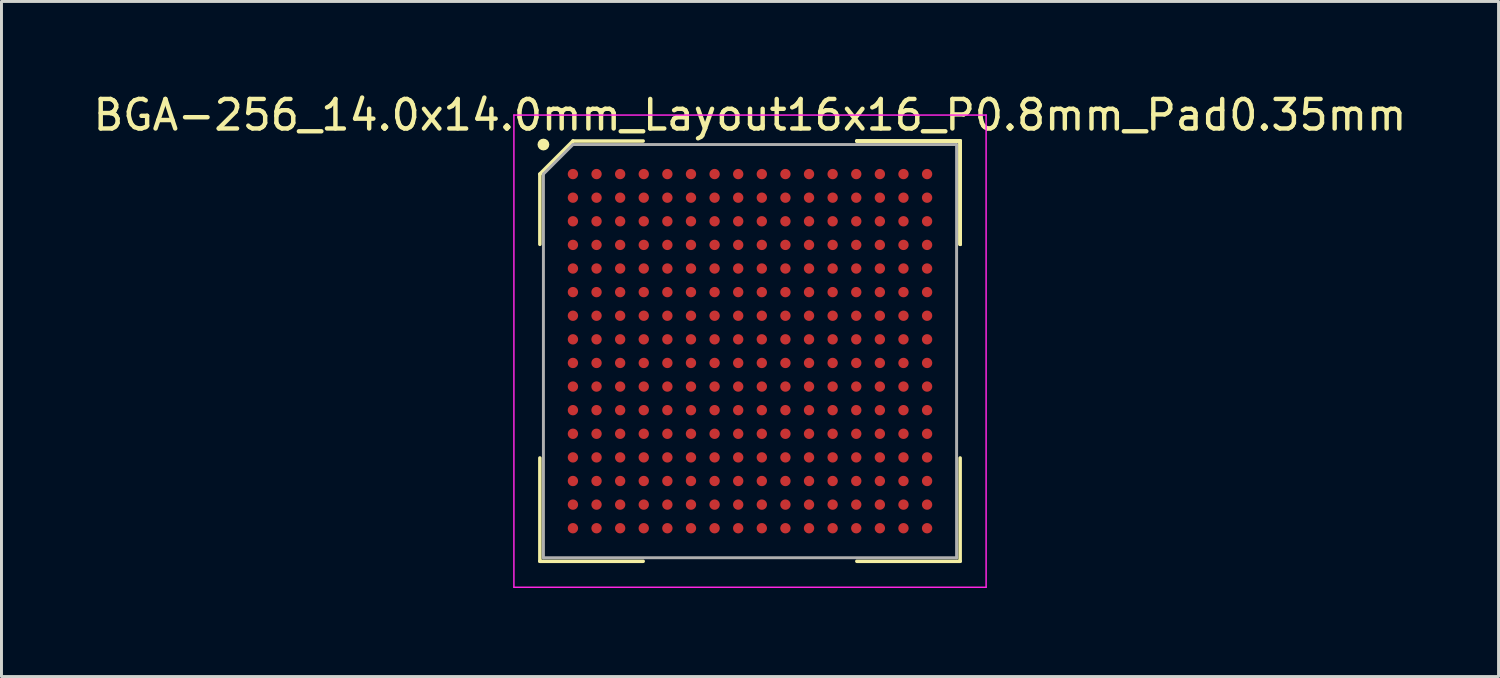
<source format=kicad_pcb>
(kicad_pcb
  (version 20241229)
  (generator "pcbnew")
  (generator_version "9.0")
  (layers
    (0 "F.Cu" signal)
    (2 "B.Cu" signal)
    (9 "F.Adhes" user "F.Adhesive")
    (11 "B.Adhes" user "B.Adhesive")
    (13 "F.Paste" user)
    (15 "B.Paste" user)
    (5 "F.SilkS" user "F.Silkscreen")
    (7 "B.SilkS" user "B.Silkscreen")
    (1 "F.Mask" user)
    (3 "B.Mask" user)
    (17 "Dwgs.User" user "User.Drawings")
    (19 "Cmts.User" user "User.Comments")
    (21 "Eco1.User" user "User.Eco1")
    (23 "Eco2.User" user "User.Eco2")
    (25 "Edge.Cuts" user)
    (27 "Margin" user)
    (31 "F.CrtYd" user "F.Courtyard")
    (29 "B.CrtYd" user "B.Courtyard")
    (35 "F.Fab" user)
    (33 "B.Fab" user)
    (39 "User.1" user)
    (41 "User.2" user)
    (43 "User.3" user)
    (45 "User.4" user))
  (footprint "BGA-256_14.0x14.0mm_Layout16x16_P0.8mm_Pad0.35mm"
    (layer "F.Cu")
    (at 22.363 8.848)
    (property "Reference" "BGA-256_14.0x14.0mm_Layout16x16_P0.8mm_Pad0.35mm" (at 0 -8 0) (layer "F.SilkS") (effects (font (size 1 1) (thickness 0.15))))
    (attr smd)
    (fp_line (start -7.12 -6) (end -7.12 -3.62) (stroke (width 0.12) (type solid)) (layer "F.SilkS"))
    (fp_line (start -7.12 7.12) (end -7.12 3.62) (stroke (width 0.12) (type solid)) (layer "F.SilkS"))
    (fp_line (start -6 -7.12) (end -7.12 -6) (stroke (width 0.12) (type solid)) (layer "F.SilkS"))
    (fp_line (start -3.62 -7.12) (end -6 -7.12) (stroke (width 0.12) (type solid)) (layer "F.SilkS"))
    (fp_line (start -3.62 7.12) (end -7.12 7.12) (stroke (width 0.12) (type solid)) (layer "F.SilkS"))
    (fp_line (start 3.62 -7.12) (end 7.12 -7.12) (stroke (width 0.12) (type solid)) (layer "F.SilkS"))
    (fp_line (start 3.62 -7.12) (end 7.12 -7.12) (stroke (width 0.12) (type solid)) (layer "F.SilkS"))
    (fp_line (start 3.62 -7.12) (end 7.12 -7.12) (stroke (width 0.12) (type solid)) (layer "F.SilkS"))
    (fp_line (start 3.62 7.12) (end 7.12 7.12) (stroke (width 0.12) (type solid)) (layer "F.SilkS"))
    (fp_line (start 7.12 -7.12) (end 7.12 -3.62) (stroke (width 0.12) (type solid)) (layer "F.SilkS"))
    (fp_line (start 7.12 -7.12) (end 7.12 -3.62) (stroke (width 0.12) (type solid)) (layer "F.SilkS"))
    (fp_line (start 7.12 -7.12) (end 7.12 -3.62) (stroke (width 0.12) (type solid)) (layer "F.SilkS"))
    (fp_line (start 7.12 7.12) (end 7.12 3.62) (stroke (width 0.12) (type solid)) (layer "F.SilkS"))
    (fp_circle (center -7 -7) (end -7 -6.9) (stroke (width 0.2) (type solid)) (fill no) (layer "F.SilkS"))
    (fp_line (start -8 -8) (end 8 -8) (stroke (width 0.05) (type solid)) (layer "F.CrtYd"))
    (fp_line (start -8 8) (end -8 -8) (stroke (width 0.05) (type solid)) (layer "F.CrtYd"))
    (fp_line (start 8 -8) (end 8 8) (stroke (width 0.05) (type solid)) (layer "F.CrtYd"))
    (fp_line (start 8 8) (end -8 8) (stroke (width 0.05) (type solid)) (layer "F.CrtYd"))
    (fp_line (start -7 -6) (end -7 7) (stroke (width 0.1) (type solid)) (layer "F.Fab"))
    (fp_line (start -7 7) (end 7 7) (stroke (width 0.1) (type solid)) (layer "F.Fab"))
    (fp_line (start -6 -7) (end -7 -6) (stroke (width 0.1) (type solid)) (layer "F.Fab"))
    (fp_line (start 7 -7) (end -6 -7) (stroke (width 0.1) (type solid)) (layer "F.Fab"))
    (fp_line (start 7 7) (end 7 -7) (stroke (width 0.1) (type solid)) (layer "F.Fab"))
    (pad "A1" smd circle (at -6 -6) (size 0.35 0.35) (layers "F.Cu" "F.Mask" "F.Paste"))
    (pad "A2" smd circle (at -5.2 -6) (size 0.35 0.35) (layers "F.Cu" "F.Mask" "F.Paste"))
    (pad "A3" smd circle (at -4.4 -6) (size 0.35 0.35) (layers "F.Cu" "F.Mask" "F.Paste"))
    (pad "A4" smd circle (at -3.6 -6) (size 0.35 0.35) (layers "F.Cu" "F.Mask" "F.Paste"))
    (pad "A5" smd circle (at -2.8 -6) (size 0.35 0.35) (layers "F.Cu" "F.Mask" "F.Paste"))
    (pad "A6" smd circle (at -2 -6) (size 0.35 0.35) (layers "F.Cu" "F.Mask" "F.Paste"))
    (pad "A7" smd circle (at -1.2 -6) (size 0.35 0.35) (layers "F.Cu" "F.Mask" "F.Paste"))
    (pad "A8" smd circle (at -0.4 -6) (size 0.35 0.35) (layers "F.Cu" "F.Mask" "F.Paste"))
    (pad "A9" smd circle (at 0.4 -6) (size 0.35 0.35) (layers "F.Cu" "F.Mask" "F.Paste"))
    (pad "A10" smd circle (at 1.2 -6) (size 0.35 0.35) (layers "F.Cu" "F.Mask" "F.Paste"))
    (pad "A11" smd circle (at 2 -6) (size 0.35 0.35) (layers "F.Cu" "F.Mask" "F.Paste"))
    (pad "A12" smd circle (at 2.8 -6) (size 0.35 0.35) (layers "F.Cu" "F.Mask" "F.Paste"))
    (pad "A13" smd circle (at 3.6 -6) (size 0.35 0.35) (layers "F.Cu" "F.Mask" "F.Paste"))
    (pad "A14" smd circle (at 4.4 -6) (size 0.35 0.35) (layers "F.Cu" "F.Mask" "F.Paste"))
    (pad "A15" smd circle (at 5.2 -6) (size 0.35 0.35) (layers "F.Cu" "F.Mask" "F.Paste"))
    (pad "A16" smd circle (at 6 -6) (size 0.35 0.35) (layers "F.Cu" "F.Mask" "F.Paste"))
    (pad "B1" smd circle (at -6 -5.2) (size 0.35 0.35) (layers "F.Cu" "F.Mask" "F.Paste"))
    (pad "B2" smd circle (at -5.2 -5.2) (size 0.35 0.35) (layers "F.Cu" "F.Mask" "F.Paste"))
    (pad "B3" smd circle (at -4.4 -5.2) (size 0.35 0.35) (layers "F.Cu" "F.Mask" "F.Paste"))
    (pad "B4" smd circle (at -3.6 -5.2) (size 0.35 0.35) (layers "F.Cu" "F.Mask" "F.Paste"))
    (pad "B5" smd circle (at -2.8 -5.2) (size 0.35 0.35) (layers "F.Cu" "F.Mask" "F.Paste"))
    (pad "B6" smd circle (at -2 -5.2) (size 0.35 0.35) (layers "F.Cu" "F.Mask" "F.Paste"))
    (pad "B7" smd circle (at -1.2 -5.2) (size 0.35 0.35) (layers "F.Cu" "F.Mask" "F.Paste"))
    (pad "B8" smd circle (at -0.4 -5.2) (size 0.35 0.35) (layers "F.Cu" "F.Mask" "F.Paste"))
    (pad "B9" smd circle (at 0.4 -5.2) (size 0.35 0.35) (layers "F.Cu" "F.Mask" "F.Paste"))
    (pad "B10" smd circle (at 1.2 -5.2) (size 0.35 0.35) (layers "F.Cu" "F.Mask" "F.Paste"))
    (pad "B11" smd circle (at 2 -5.2) (size 0.35 0.35) (layers "F.Cu" "F.Mask" "F.Paste"))
    (pad "B12" smd circle (at 2.8 -5.2) (size 0.35 0.35) (layers "F.Cu" "F.Mask" "F.Paste"))
    (pad "B13" smd circle (at 3.6 -5.2) (size 0.35 0.35) (layers "F.Cu" "F.Mask" "F.Paste"))
    (pad "B14" smd circle (at 4.4 -5.2) (size 0.35 0.35) (layers "F.Cu" "F.Mask" "F.Paste"))
    (pad "B15" smd circle (at 5.2 -5.2) (size 0.35 0.35) (layers "F.Cu" "F.Mask" "F.Paste"))
    (pad "B16" smd circle (at 6 -5.2) (size 0.35 0.35) (layers "F.Cu" "F.Mask" "F.Paste"))
    (pad "C1" smd circle (at -6 -4.4) (size 0.35 0.35) (layers "F.Cu" "F.Mask" "F.Paste"))
    (pad "C2" smd circle (at -5.2 -4.4) (size 0.35 0.35) (layers "F.Cu" "F.Mask" "F.Paste"))
    (pad "C3" smd circle (at -4.4 -4.4) (size 0.35 0.35) (layers "F.Cu" "F.Mask" "F.Paste"))
    (pad "C4" smd circle (at -3.6 -4.4) (size 0.35 0.35) (layers "F.Cu" "F.Mask" "F.Paste"))
    (pad "C5" smd circle (at -2.8 -4.4) (size 0.35 0.35) (layers "F.Cu" "F.Mask" "F.Paste"))
    (pad "C6" smd circle (at -2 -4.4) (size 0.35 0.35) (layers "F.Cu" "F.Mask" "F.Paste"))
    (pad "C7" smd circle (at -1.2 -4.4) (size 0.35 0.35) (layers "F.Cu" "F.Mask" "F.Paste"))
    (pad "C8" smd circle (at -0.4 -4.4) (size 0.35 0.35) (layers "F.Cu" "F.Mask" "F.Paste"))
    (pad "C9" smd circle (at 0.4 -4.4) (size 0.35 0.35) (layers "F.Cu" "F.Mask" "F.Paste"))
    (pad "C10" smd circle (at 1.2 -4.4) (size 0.35 0.35) (layers "F.Cu" "F.Mask" "F.Paste"))
    (pad "C11" smd circle (at 2 -4.4) (size 0.35 0.35) (layers "F.Cu" "F.Mask" "F.Paste"))
    (pad "C12" smd circle (at 2.8 -4.4) (size 0.35 0.35) (layers "F.Cu" "F.Mask" "F.Paste"))
    (pad "C13" smd circle (at 3.6 -4.4) (size 0.35 0.35) (layers "F.Cu" "F.Mask" "F.Paste"))
    (pad "C14" smd circle (at 4.4 -4.4) (size 0.35 0.35) (layers "F.Cu" "F.Mask" "F.Paste"))
    (pad "C15" smd circle (at 5.2 -4.4) (size 0.35 0.35) (layers "F.Cu" "F.Mask" "F.Paste"))
    (pad "C16" smd circle (at 6 -4.4) (size 0.35 0.35) (layers "F.Cu" "F.Mask" "F.Paste"))
    (pad "D1" smd circle (at -6 -3.6) (size 0.35 0.35) (layers "F.Cu" "F.Mask" "F.Paste"))
    (pad "D2" smd circle (at -5.2 -3.6) (size 0.35 0.35) (layers "F.Cu" "F.Mask" "F.Paste"))
    (pad "D3" smd circle (at -4.4 -3.6) (size 0.35 0.35) (layers "F.Cu" "F.Mask" "F.Paste"))
    (pad "D4" smd circle (at -3.6 -3.6) (size 0.35 0.35) (layers "F.Cu" "F.Mask" "F.Paste"))
    (pad "D5" smd circle (at -2.8 -3.6) (size 0.35 0.35) (layers "F.Cu" "F.Mask" "F.Paste"))
    (pad "D6" smd circle (at -2 -3.6) (size 0.35 0.35) (layers "F.Cu" "F.Mask" "F.Paste"))
    (pad "D7" smd circle (at -1.2 -3.6) (size 0.35 0.35) (layers "F.Cu" "F.Mask" "F.Paste"))
    (pad "D8" smd circle (at -0.4 -3.6) (size 0.35 0.35) (layers "F.Cu" "F.Mask" "F.Paste"))
    (pad "D9" smd circle (at 0.4 -3.6) (size 0.35 0.35) (layers "F.Cu" "F.Mask" "F.Paste"))
    (pad "D10" smd circle (at 1.2 -3.6) (size 0.35 0.35) (layers "F.Cu" "F.Mask" "F.Paste"))
    (pad "D11" smd circle (at 2 -3.6) (size 0.35 0.35) (layers "F.Cu" "F.Mask" "F.Paste"))
    (pad "D12" smd circle (at 2.8 -3.6) (size 0.35 0.35) (layers "F.Cu" "F.Mask" "F.Paste"))
    (pad "D13" smd circle (at 3.6 -3.6) (size 0.35 0.35) (layers "F.Cu" "F.Mask" "F.Paste"))
    (pad "D14" smd circle (at 4.4 -3.6) (size 0.35 0.35) (layers "F.Cu" "F.Mask" "F.Paste"))
    (pad "D15" smd circle (at 5.2 -3.6) (size 0.35 0.35) (layers "F.Cu" "F.Mask" "F.Paste"))
    (pad "D16" smd circle (at 6 -3.6) (size 0.35 0.35) (layers "F.Cu" "F.Mask" "F.Paste"))
    (pad "E1" smd circle (at -6 -2.8) (size 0.35 0.35) (layers "F.Cu" "F.Mask" "F.Paste"))
    (pad "E2" smd circle (at -5.2 -2.8) (size 0.35 0.35) (layers "F.Cu" "F.Mask" "F.Paste"))
    (pad "E3" smd circle (at -4.4 -2.8) (size 0.35 0.35) (layers "F.Cu" "F.Mask" "F.Paste"))
    (pad "E4" smd circle (at -3.6 -2.8) (size 0.35 0.35) (layers "F.Cu" "F.Mask" "F.Paste"))
    (pad "E5" smd circle (at -2.8 -2.8) (size 0.35 0.35) (layers "F.Cu" "F.Mask" "F.Paste"))
    (pad "E6" smd circle (at -2 -2.8) (size 0.35 0.35) (layers "F.Cu" "F.Mask" "F.Paste"))
    (pad "E7" smd circle (at -1.2 -2.8) (size 0.35 0.35) (layers "F.Cu" "F.Mask" "F.Paste"))
    (pad "E8" smd circle (at -0.4 -2.8) (size 0.35 0.35) (layers "F.Cu" "F.Mask" "F.Paste"))
    (pad "E9" smd circle (at 0.4 -2.8) (size 0.35 0.35) (layers "F.Cu" "F.Mask" "F.Paste"))
    (pad "E10" smd circle (at 1.2 -2.8) (size 0.35 0.35) (layers "F.Cu" "F.Mask" "F.Paste"))
    (pad "E11" smd circle (at 2 -2.8) (size 0.35 0.35) (layers "F.Cu" "F.Mask" "F.Paste"))
    (pad "E12" smd circle (at 2.8 -2.8) (size 0.35 0.35) (layers "F.Cu" "F.Mask" "F.Paste"))
    (pad "E13" smd circle (at 3.6 -2.8) (size 0.35 0.35) (layers "F.Cu" "F.Mask" "F.Paste"))
    (pad "E14" smd circle (at 4.4 -2.8) (size 0.35 0.35) (layers "F.Cu" "F.Mask" "F.Paste"))
    (pad "E15" smd circle (at 5.2 -2.8) (size 0.35 0.35) (layers "F.Cu" "F.Mask" "F.Paste"))
    (pad "E16" smd circle (at 6 -2.8) (size 0.35 0.35) (layers "F.Cu" "F.Mask" "F.Paste"))
    (pad "F1" smd circle (at -6 -2) (size 0.35 0.35) (layers "F.Cu" "F.Mask" "F.Paste"))
    (pad "F2" smd circle (at -5.2 -2) (size 0.35 0.35) (layers "F.Cu" "F.Mask" "F.Paste"))
    (pad "F3" smd circle (at -4.4 -2) (size 0.35 0.35) (layers "F.Cu" "F.Mask" "F.Paste"))
    (pad "F4" smd circle (at -3.6 -2) (size 0.35 0.35) (layers "F.Cu" "F.Mask" "F.Paste"))
    (pad "F5" smd circle (at -2.8 -2) (size 0.35 0.35) (layers "F.Cu" "F.Mask" "F.Paste"))
    (pad "F6" smd circle (at -2 -2) (size 0.35 0.35) (layers "F.Cu" "F.Mask" "F.Paste"))
    (pad "F7" smd circle (at -1.2 -2) (size 0.35 0.35) (layers "F.Cu" "F.Mask" "F.Paste"))
    (pad "F8" smd circle (at -0.4 -2) (size 0.35 0.35) (layers "F.Cu" "F.Mask" "F.Paste"))
    (pad "F9" smd circle (at 0.4 -2) (size 0.35 0.35) (layers "F.Cu" "F.Mask" "F.Paste"))
    (pad "F10" smd circle (at 1.2 -2) (size 0.35 0.35) (layers "F.Cu" "F.Mask" "F.Paste"))
    (pad "F11" smd circle (at 2 -2) (size 0.35 0.35) (layers "F.Cu" "F.Mask" "F.Paste"))
    (pad "F12" smd circle (at 2.8 -2) (size 0.35 0.35) (layers "F.Cu" "F.Mask" "F.Paste"))
    (pad "F13" smd circle (at 3.6 -2) (size 0.35 0.35) (layers "F.Cu" "F.Mask" "F.Paste"))
    (pad "F14" smd circle (at 4.4 -2) (size 0.35 0.35) (layers "F.Cu" "F.Mask" "F.Paste"))
    (pad "F15" smd circle (at 5.2 -2) (size 0.35 0.35) (layers "F.Cu" "F.Mask" "F.Paste"))
    (pad "F16" smd circle (at 6 -2) (size 0.35 0.35) (layers "F.Cu" "F.Mask" "F.Paste"))
    (pad "G1" smd circle (at -6 -1.2) (size 0.35 0.35) (layers "F.Cu" "F.Mask" "F.Paste"))
    (pad "G2" smd circle (at -5.2 -1.2) (size 0.35 0.35) (layers "F.Cu" "F.Mask" "F.Paste"))
    (pad "G3" smd circle (at -4.4 -1.2) (size 0.35 0.35) (layers "F.Cu" "F.Mask" "F.Paste"))
    (pad "G4" smd circle (at -3.6 -1.2) (size 0.35 0.35) (layers "F.Cu" "F.Mask" "F.Paste"))
    (pad "G5" smd circle (at -2.8 -1.2) (size 0.35 0.35) (layers "F.Cu" "F.Mask" "F.Paste"))
    (pad "G6" smd circle (at -2 -1.2) (size 0.35 0.35) (layers "F.Cu" "F.Mask" "F.Paste"))
    (pad "G7" smd circle (at -1.2 -1.2) (size 0.35 0.35) (layers "F.Cu" "F.Mask" "F.Paste"))
    (pad "G8" smd circle (at -0.4 -1.2) (size 0.35 0.35) (layers "F.Cu" "F.Mask" "F.Paste"))
    (pad "G9" smd circle (at 0.4 -1.2) (size 0.35 0.35) (layers "F.Cu" "F.Mask" "F.Paste"))
    (pad "G10" smd circle (at 1.2 -1.2) (size 0.35 0.35) (layers "F.Cu" "F.Mask" "F.Paste"))
    (pad "G11" smd circle (at 2 -1.2) (size 0.35 0.35) (layers "F.Cu" "F.Mask" "F.Paste"))
    (pad "G12" smd circle (at 2.8 -1.2) (size 0.35 0.35) (layers "F.Cu" "F.Mask" "F.Paste"))
    (pad "G13" smd circle (at 3.6 -1.2) (size 0.35 0.35) (layers "F.Cu" "F.Mask" "F.Paste"))
    (pad "G14" smd circle (at 4.4 -1.2) (size 0.35 0.35) (layers "F.Cu" "F.Mask" "F.Paste"))
    (pad "G15" smd circle (at 5.2 -1.2) (size 0.35 0.35) (layers "F.Cu" "F.Mask" "F.Paste"))
    (pad "G16" smd circle (at 6 -1.2) (size 0.35 0.35) (layers "F.Cu" "F.Mask" "F.Paste"))
    (pad "H1" smd circle (at -6 -0.4) (size 0.35 0.35) (layers "F.Cu" "F.Mask" "F.Paste"))
    (pad "H2" smd circle (at -5.2 -0.4) (size 0.35 0.35) (layers "F.Cu" "F.Mask" "F.Paste"))
    (pad "H3" smd circle (at -4.4 -0.4) (size 0.35 0.35) (layers "F.Cu" "F.Mask" "F.Paste"))
    (pad "H4" smd circle (at -3.6 -0.4) (size 0.35 0.35) (layers "F.Cu" "F.Mask" "F.Paste"))
    (pad "H5" smd circle (at -2.8 -0.4) (size 0.35 0.35) (layers "F.Cu" "F.Mask" "F.Paste"))
    (pad "H6" smd circle (at -2 -0.4) (size 0.35 0.35) (layers "F.Cu" "F.Mask" "F.Paste"))
    (pad "H7" smd circle (at -1.2 -0.4) (size 0.35 0.35) (layers "F.Cu" "F.Mask" "F.Paste"))
    (pad "H8" smd circle (at -0.4 -0.4) (size 0.35 0.35) (layers "F.Cu" "F.Mask" "F.Paste"))
    (pad "H9" smd circle (at 0.4 -0.4) (size 0.35 0.35) (layers "F.Cu" "F.Mask" "F.Paste"))
    (pad "H10" smd circle (at 1.2 -0.4) (size 0.35 0.35) (layers "F.Cu" "F.Mask" "F.Paste"))
    (pad "H11" smd circle (at 2 -0.4) (size 0.35 0.35) (layers "F.Cu" "F.Mask" "F.Paste"))
    (pad "H12" smd circle (at 2.8 -0.4) (size 0.35 0.35) (layers "F.Cu" "F.Mask" "F.Paste"))
    (pad "H13" smd circle (at 3.6 -0.4) (size 0.35 0.35) (layers "F.Cu" "F.Mask" "F.Paste"))
    (pad "H14" smd circle (at 4.4 -0.4) (size 0.35 0.35) (layers "F.Cu" "F.Mask" "F.Paste"))
    (pad "H15" smd circle (at 5.2 -0.4) (size 0.35 0.35) (layers "F.Cu" "F.Mask" "F.Paste"))
    (pad "H16" smd circle (at 6 -0.4) (size 0.35 0.35) (layers "F.Cu" "F.Mask" "F.Paste"))
    (pad "J1" smd circle (at -6 0.4) (size 0.35 0.35) (layers "F.Cu" "F.Mask" "F.Paste"))
    (pad "J2" smd circle (at -5.2 0.4) (size 0.35 0.35) (layers "F.Cu" "F.Mask" "F.Paste"))
    (pad "J3" smd circle (at -4.4 0.4) (size 0.35 0.35) (layers "F.Cu" "F.Mask" "F.Paste"))
    (pad "J4" smd circle (at -3.6 0.4) (size 0.35 0.35) (layers "F.Cu" "F.Mask" "F.Paste"))
    (pad "J5" smd circle (at -2.8 0.4) (size 0.35 0.35) (layers "F.Cu" "F.Mask" "F.Paste"))
    (pad "J6" smd circle (at -2 0.4) (size 0.35 0.35) (layers "F.Cu" "F.Mask" "F.Paste"))
    (pad "J7" smd circle (at -1.2 0.4) (size 0.35 0.35) (layers "F.Cu" "F.Mask" "F.Paste"))
    (pad "J8" smd circle (at -0.4 0.4) (size 0.35 0.35) (layers "F.Cu" "F.Mask" "F.Paste"))
    (pad "J9" smd circle (at 0.4 0.4) (size 0.35 0.35) (layers "F.Cu" "F.Mask" "F.Paste"))
    (pad "J10" smd circle (at 1.2 0.4) (size 0.35 0.35) (layers "F.Cu" "F.Mask" "F.Paste"))
    (pad "J11" smd circle (at 2 0.4) (size 0.35 0.35) (layers "F.Cu" "F.Mask" "F.Paste"))
    (pad "J12" smd circle (at 2.8 0.4) (size 0.35 0.35) (layers "F.Cu" "F.Mask" "F.Paste"))
    (pad "J13" smd circle (at 3.6 0.4) (size 0.35 0.35) (layers "F.Cu" "F.Mask" "F.Paste"))
    (pad "J14" smd circle (at 4.4 0.4) (size 0.35 0.35) (layers "F.Cu" "F.Mask" "F.Paste"))
    (pad "J15" smd circle (at 5.2 0.4) (size 0.35 0.35) (layers "F.Cu" "F.Mask" "F.Paste"))
    (pad "J16" smd circle (at 6 0.4) (size 0.35 0.35) (layers "F.Cu" "F.Mask" "F.Paste"))
    (pad "K1" smd circle (at -6 1.2) (size 0.35 0.35) (layers "F.Cu" "F.Mask" "F.Paste"))
    (pad "K2" smd circle (at -5.2 1.2) (size 0.35 0.35) (layers "F.Cu" "F.Mask" "F.Paste"))
    (pad "K3" smd circle (at -4.4 1.2) (size 0.35 0.35) (layers "F.Cu" "F.Mask" "F.Paste"))
    (pad "K4" smd circle (at -3.6 1.2) (size 0.35 0.35) (layers "F.Cu" "F.Mask" "F.Paste"))
    (pad "K5" smd circle (at -2.8 1.2) (size 0.35 0.35) (layers "F.Cu" "F.Mask" "F.Paste"))
    (pad "K6" smd circle (at -2 1.2) (size 0.35 0.35) (layers "F.Cu" "F.Mask" "F.Paste"))
    (pad "K7" smd circle (at -1.2 1.2) (size 0.35 0.35) (layers "F.Cu" "F.Mask" "F.Paste"))
    (pad "K8" smd circle (at -0.4 1.2) (size 0.35 0.35) (layers "F.Cu" "F.Mask" "F.Paste"))
    (pad "K9" smd circle (at 0.4 1.2) (size 0.35 0.35) (layers "F.Cu" "F.Mask" "F.Paste"))
    (pad "K10" smd circle (at 1.2 1.2) (size 0.35 0.35) (layers "F.Cu" "F.Mask" "F.Paste"))
    (pad "K11" smd circle (at 2 1.2) (size 0.35 0.35) (layers "F.Cu" "F.Mask" "F.Paste"))
    (pad "K12" smd circle (at 2.8 1.2) (size 0.35 0.35) (layers "F.Cu" "F.Mask" "F.Paste"))
    (pad "K13" smd circle (at 3.6 1.2) (size 0.35 0.35) (layers "F.Cu" "F.Mask" "F.Paste"))
    (pad "K14" smd circle (at 4.4 1.2) (size 0.35 0.35) (layers "F.Cu" "F.Mask" "F.Paste"))
    (pad "K15" smd circle (at 5.2 1.2) (size 0.35 0.35) (layers "F.Cu" "F.Mask" "F.Paste"))
    (pad "K16" smd circle (at 6 1.2) (size 0.35 0.35) (layers "F.Cu" "F.Mask" "F.Paste"))
    (pad "L1" smd circle (at -6 2) (size 0.35 0.35) (layers "F.Cu" "F.Mask" "F.Paste"))
    (pad "L2" smd circle (at -5.2 2) (size 0.35 0.35) (layers "F.Cu" "F.Mask" "F.Paste"))
    (pad "L3" smd circle (at -4.4 2) (size 0.35 0.35) (layers "F.Cu" "F.Mask" "F.Paste"))
    (pad "L4" smd circle (at -3.6 2) (size 0.35 0.35) (layers "F.Cu" "F.Mask" "F.Paste"))
    (pad "L5" smd circle (at -2.8 2) (size 0.35 0.35) (layers "F.Cu" "F.Mask" "F.Paste"))
    (pad "L6" smd circle (at -2 2) (size 0.35 0.35) (layers "F.Cu" "F.Mask" "F.Paste"))
    (pad "L7" smd circle (at -1.2 2) (size 0.35 0.35) (layers "F.Cu" "F.Mask" "F.Paste"))
    (pad "L8" smd circle (at -0.4 2) (size 0.35 0.35) (layers "F.Cu" "F.Mask" "F.Paste"))
    (pad "L9" smd circle (at 0.4 2) (size 0.35 0.35) (layers "F.Cu" "F.Mask" "F.Paste"))
    (pad "L10" smd circle (at 1.2 2) (size 0.35 0.35) (layers "F.Cu" "F.Mask" "F.Paste"))
    (pad "L11" smd circle (at 2 2) (size 0.35 0.35) (layers "F.Cu" "F.Mask" "F.Paste"))
    (pad "L12" smd circle (at 2.8 2) (size 0.35 0.35) (layers "F.Cu" "F.Mask" "F.Paste"))
    (pad "L13" smd circle (at 3.6 2) (size 0.35 0.35) (layers "F.Cu" "F.Mask" "F.Paste"))
    (pad "L14" smd circle (at 4.4 2) (size 0.35 0.35) (layers "F.Cu" "F.Mask" "F.Paste"))
    (pad "L15" smd circle (at 5.2 2) (size 0.35 0.35) (layers "F.Cu" "F.Mask" "F.Paste"))
    (pad "L16" smd circle (at 6 2) (size 0.35 0.35) (layers "F.Cu" "F.Mask" "F.Paste"))
    (pad "M1" smd circle (at -6 2.8) (size 0.35 0.35) (layers "F.Cu" "F.Mask" "F.Paste"))
    (pad "M2" smd circle (at -5.2 2.8) (size 0.35 0.35) (layers "F.Cu" "F.Mask" "F.Paste"))
    (pad "M3" smd circle (at -4.4 2.8) (size 0.35 0.35) (layers "F.Cu" "F.Mask" "F.Paste"))
    (pad "M4" smd circle (at -3.6 2.8) (size 0.35 0.35) (layers "F.Cu" "F.Mask" "F.Paste"))
    (pad "M5" smd circle (at -2.8 2.8) (size 0.35 0.35) (layers "F.Cu" "F.Mask" "F.Paste"))
    (pad "M6" smd circle (at -2 2.8) (size 0.35 0.35) (layers "F.Cu" "F.Mask" "F.Paste"))
    (pad "M7" smd circle (at -1.2 2.8) (size 0.35 0.35) (layers "F.Cu" "F.Mask" "F.Paste"))
    (pad "M8" smd circle (at -0.4 2.8) (size 0.35 0.35) (layers "F.Cu" "F.Mask" "F.Paste"))
    (pad "M9" smd circle (at 0.4 2.8) (size 0.35 0.35) (layers "F.Cu" "F.Mask" "F.Paste"))
    (pad "M10" smd circle (at 1.2 2.8) (size 0.35 0.35) (layers "F.Cu" "F.Mask" "F.Paste"))
    (pad "M11" smd circle (at 2 2.8) (size 0.35 0.35) (layers "F.Cu" "F.Mask" "F.Paste"))
    (pad "M12" smd circle (at 2.8 2.8) (size 0.35 0.35) (layers "F.Cu" "F.Mask" "F.Paste"))
    (pad "M13" smd circle (at 3.6 2.8) (size 0.35 0.35) (layers "F.Cu" "F.Mask" "F.Paste"))
    (pad "M14" smd circle (at 4.4 2.8) (size 0.35 0.35) (layers "F.Cu" "F.Mask" "F.Paste"))
    (pad "M15" smd circle (at 5.2 2.8) (size 0.35 0.35) (layers "F.Cu" "F.Mask" "F.Paste"))
    (pad "M16" smd circle (at 6 2.8) (size 0.35 0.35) (layers "F.Cu" "F.Mask" "F.Paste"))
    (pad "N1" smd circle (at -6 3.6) (size 0.35 0.35) (layers "F.Cu" "F.Mask" "F.Paste"))
    (pad "N2" smd circle (at -5.2 3.6) (size 0.35 0.35) (layers "F.Cu" "F.Mask" "F.Paste"))
    (pad "N3" smd circle (at -4.4 3.6) (size 0.35 0.35) (layers "F.Cu" "F.Mask" "F.Paste"))
    (pad "N4" smd circle (at -3.6 3.6) (size 0.35 0.35) (layers "F.Cu" "F.Mask" "F.Paste"))
    (pad "N5" smd circle (at -2.8 3.6) (size 0.35 0.35) (layers "F.Cu" "F.Mask" "F.Paste"))
    (pad "N6" smd circle (at -2 3.6) (size 0.35 0.35) (layers "F.Cu" "F.Mask" "F.Paste"))
    (pad "N7" smd circle (at -1.2 3.6) (size 0.35 0.35) (layers "F.Cu" "F.Mask" "F.Paste"))
    (pad "N8" smd circle (at -0.4 3.6) (size 0.35 0.35) (layers "F.Cu" "F.Mask" "F.Paste"))
    (pad "N9" smd circle (at 0.4 3.6) (size 0.35 0.35) (layers "F.Cu" "F.Mask" "F.Paste"))
    (pad "N10" smd circle (at 1.2 3.6) (size 0.35 0.35) (layers "F.Cu" "F.Mask" "F.Paste"))
    (pad "N11" smd circle (at 2 3.6) (size 0.35 0.35) (layers "F.Cu" "F.Mask" "F.Paste"))
    (pad "N12" smd circle (at 2.8 3.6) (size 0.35 0.35) (layers "F.Cu" "F.Mask" "F.Paste"))
    (pad "N13" smd circle (at 3.6 3.6) (size 0.35 0.35) (layers "F.Cu" "F.Mask" "F.Paste"))
    (pad "N14" smd circle (at 4.4 3.6) (size 0.35 0.35) (layers "F.Cu" "F.Mask" "F.Paste"))
    (pad "N15" smd circle (at 5.2 3.6) (size 0.35 0.35) (layers "F.Cu" "F.Mask" "F.Paste"))
    (pad "N16" smd circle (at 6 3.6) (size 0.35 0.35) (layers "F.Cu" "F.Mask" "F.Paste"))
    (pad "P1" smd circle (at -6 4.4) (size 0.35 0.35) (layers "F.Cu" "F.Mask" "F.Paste"))
    (pad "P2" smd circle (at -5.2 4.4) (size 0.35 0.35) (layers "F.Cu" "F.Mask" "F.Paste"))
    (pad "P3" smd circle (at -4.4 4.4) (size 0.35 0.35) (layers "F.Cu" "F.Mask" "F.Paste"))
    (pad "P4" smd circle (at -3.6 4.4) (size 0.35 0.35) (layers "F.Cu" "F.Mask" "F.Paste"))
    (pad "P5" smd circle (at -2.8 4.4) (size 0.35 0.35) (layers "F.Cu" "F.Mask" "F.Paste"))
    (pad "P6" smd circle (at -2 4.4) (size 0.35 0.35) (layers "F.Cu" "F.Mask" "F.Paste"))
    (pad "P7" smd circle (at -1.2 4.4) (size 0.35 0.35) (layers "F.Cu" "F.Mask" "F.Paste"))
    (pad "P8" smd circle (at -0.4 4.4) (size 0.35 0.35) (layers "F.Cu" "F.Mask" "F.Paste"))
    (pad "P9" smd circle (at 0.4 4.4) (size 0.35 0.35) (layers "F.Cu" "F.Mask" "F.Paste"))
    (pad "P10" smd circle (at 1.2 4.4) (size 0.35 0.35) (layers "F.Cu" "F.Mask" "F.Paste"))
    (pad "P11" smd circle (at 2 4.4) (size 0.35 0.35) (layers "F.Cu" "F.Mask" "F.Paste"))
    (pad "P12" smd circle (at 2.8 4.4) (size 0.35 0.35) (layers "F.Cu" "F.Mask" "F.Paste"))
    (pad "P13" smd circle (at 3.6 4.4) (size 0.35 0.35) (layers "F.Cu" "F.Mask" "F.Paste"))
    (pad "P14" smd circle (at 4.4 4.4) (size 0.35 0.35) (layers "F.Cu" "F.Mask" "F.Paste"))
    (pad "P15" smd circle (at 5.2 4.4) (size 0.35 0.35) (layers "F.Cu" "F.Mask" "F.Paste"))
    (pad "P16" smd circle (at 6 4.4) (size 0.35 0.35) (layers "F.Cu" "F.Mask" "F.Paste"))
    (pad "R1" smd circle (at -6 5.2) (size 0.35 0.35) (layers "F.Cu" "F.Mask" "F.Paste"))
    (pad "R2" smd circle (at -5.2 5.2) (size 0.35 0.35) (layers "F.Cu" "F.Mask" "F.Paste"))
    (pad "R3" smd circle (at -4.4 5.2) (size 0.35 0.35) (layers "F.Cu" "F.Mask" "F.Paste"))
    (pad "R4" smd circle (at -3.6 5.2) (size 0.35 0.35) (layers "F.Cu" "F.Mask" "F.Paste"))
    (pad "R5" smd circle (at -2.8 5.2) (size 0.35 0.35) (layers "F.Cu" "F.Mask" "F.Paste"))
    (pad "R6" smd circle (at -2 5.2) (size 0.35 0.35) (layers "F.Cu" "F.Mask" "F.Paste"))
    (pad "R7" smd circle (at -1.2 5.2) (size 0.35 0.35) (layers "F.Cu" "F.Mask" "F.Paste"))
    (pad "R8" smd circle (at -0.4 5.2) (size 0.35 0.35) (layers "F.Cu" "F.Mask" "F.Paste"))
    (pad "R9" smd circle (at 0.4 5.2) (size 0.35 0.35) (layers "F.Cu" "F.Mask" "F.Paste"))
    (pad "R10" smd circle (at 1.2 5.2) (size 0.35 0.35) (layers "F.Cu" "F.Mask" "F.Paste"))
    (pad "R11" smd circle (at 2 5.2) (size 0.35 0.35) (layers "F.Cu" "F.Mask" "F.Paste"))
    (pad "R12" smd circle (at 2.8 5.2) (size 0.35 0.35) (layers "F.Cu" "F.Mask" "F.Paste"))
    (pad "R13" smd circle (at 3.6 5.2) (size 0.35 0.35) (layers "F.Cu" "F.Mask" "F.Paste"))
    (pad "R14" smd circle (at 4.4 5.2) (size 0.35 0.35) (layers "F.Cu" "F.Mask" "F.Paste"))
    (pad "R15" smd circle (at 5.2 5.2) (size 0.35 0.35) (layers "F.Cu" "F.Mask" "F.Paste"))
    (pad "R16" smd circle (at 6 5.2) (size 0.35 0.35) (layers "F.Cu" "F.Mask" "F.Paste"))
    (pad "T1" smd circle (at -6 6) (size 0.35 0.35) (layers "F.Cu" "F.Mask" "F.Paste"))
    (pad "T2" smd circle (at -5.2 6) (size 0.35 0.35) (layers "F.Cu" "F.Mask" "F.Paste"))
    (pad "T3" smd circle (at -4.4 6) (size 0.35 0.35) (layers "F.Cu" "F.Mask" "F.Paste"))
    (pad "T4" smd circle (at -3.6 6) (size 0.35 0.35) (layers "F.Cu" "F.Mask" "F.Paste"))
    (pad "T5" smd circle (at -2.8 6) (size 0.35 0.35) (layers "F.Cu" "F.Mask" "F.Paste"))
    (pad "T6" smd circle (at -2 6) (size 0.35 0.35) (layers "F.Cu" "F.Mask" "F.Paste"))
    (pad "T7" smd circle (at -1.2 6) (size 0.35 0.35) (layers "F.Cu" "F.Mask" "F.Paste"))
    (pad "T8" smd circle (at -0.4 6) (size 0.35 0.35) (layers "F.Cu" "F.Mask" "F.Paste"))
    (pad "T9" smd circle (at 0.4 6) (size 0.35 0.35) (layers "F.Cu" "F.Mask" "F.Paste"))
    (pad "T10" smd circle (at 1.2 6) (size 0.35 0.35) (layers "F.Cu" "F.Mask" "F.Paste"))
    (pad "T11" smd circle (at 2 6) (size 0.35 0.35) (layers "F.Cu" "F.Mask" "F.Paste"))
    (pad "T12" smd circle (at 2.8 6) (size 0.35 0.35) (layers "F.Cu" "F.Mask" "F.Paste"))
    (pad "T13" smd circle (at 3.6 6) (size 0.35 0.35) (layers "F.Cu" "F.Mask" "F.Paste"))
    (pad "T14" smd circle (at 4.4 6) (size 0.35 0.35) (layers "F.Cu" "F.Mask" "F.Paste"))
    (pad "T15" smd circle (at 5.2 6) (size 0.35 0.35) (layers "F.Cu" "F.Mask" "F.Paste"))
    (pad "T16" smd circle (at 6 6) (size 0.35 0.35) (layers "F.Cu" "F.Mask" "F.Paste")))
  (gr_rect
    (start -3 -3)
    (end 47.726 19.873)
    (stroke (width 0.1) (type default))
    (fill no)
    (layer "Edge.Cuts")))
</source>
